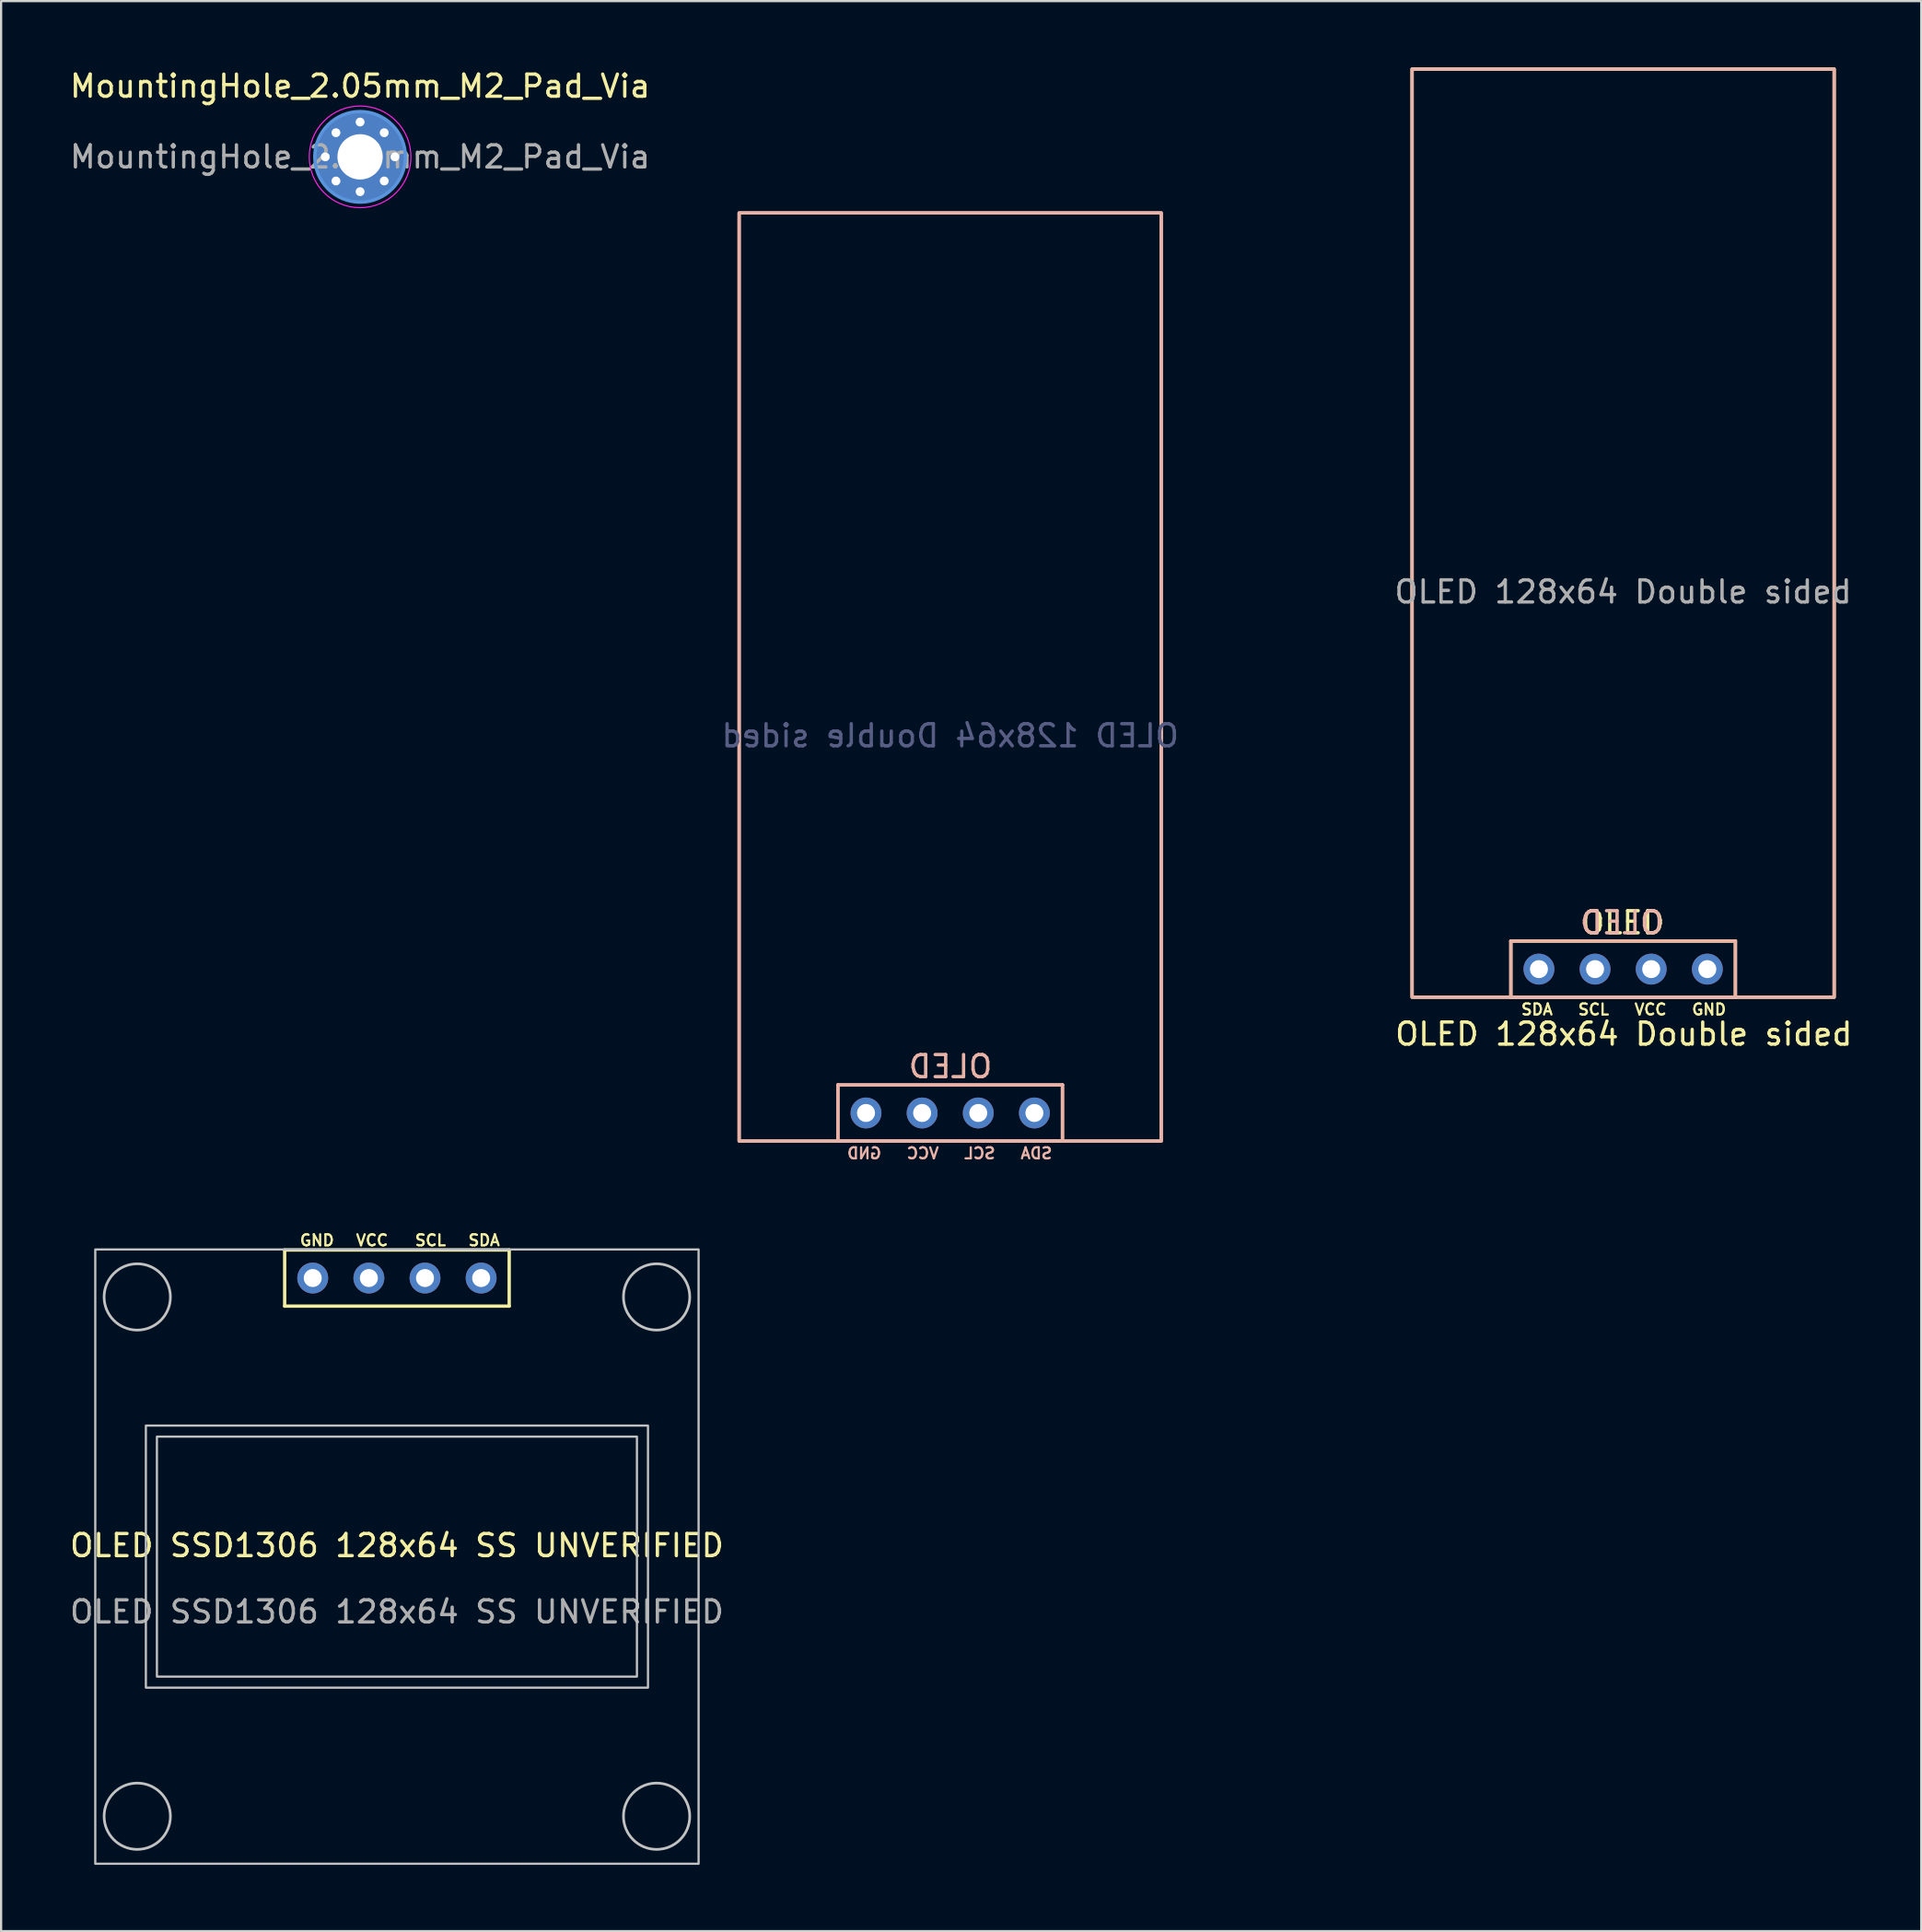
<source format=kicad_pcb>
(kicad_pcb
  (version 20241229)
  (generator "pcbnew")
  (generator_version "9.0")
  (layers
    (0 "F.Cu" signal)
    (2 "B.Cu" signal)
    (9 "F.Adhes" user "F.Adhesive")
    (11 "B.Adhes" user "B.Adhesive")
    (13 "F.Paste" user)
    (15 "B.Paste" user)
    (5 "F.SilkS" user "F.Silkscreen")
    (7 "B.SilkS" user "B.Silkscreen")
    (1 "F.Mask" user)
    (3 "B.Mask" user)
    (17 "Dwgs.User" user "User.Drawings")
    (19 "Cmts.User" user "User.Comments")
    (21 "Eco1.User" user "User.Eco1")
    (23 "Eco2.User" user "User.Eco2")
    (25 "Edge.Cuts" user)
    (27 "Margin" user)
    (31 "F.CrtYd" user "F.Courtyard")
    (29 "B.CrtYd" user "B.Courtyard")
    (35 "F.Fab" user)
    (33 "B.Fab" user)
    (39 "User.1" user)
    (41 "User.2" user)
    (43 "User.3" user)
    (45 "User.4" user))
  (footprint "OLED 128x64 Double sided"
    (layer "F.Cu")
    (at 70.396 35.084)
    (property "Reference" "OLED 128x64 Double sided" (at 0.03 8.66 0) (unlocked yes) (layer "F.SilkS") (effects (font (size 1 1) (thickness 0.15))))
    (attr through_hole)
    (fp_line (start -5.08 4.451) (end 5.08 4.451) (stroke (width 0.15) (type solid)) (layer "F.SilkS"))
    (fp_line (start -5.08 6.991) (end -5.08 4.451) (stroke (width 0.15) (type solid)) (layer "F.SilkS"))
    (fp_line (start -5.08 6.991) (end 5.08 6.991) (stroke (width 0.15) (type solid)) (layer "F.SilkS"))
    (fp_line (start 5.08 4.451) (end 5.08 6.991) (stroke (width 0.15) (type solid)) (layer "F.SilkS"))
    (fp_rect (start -9.55 -35.009) (end 9.55 6.991) (stroke (width 0.15) (type default)) (fill no) (layer "F.SilkS"))
    (fp_line (start -35.53 10.961) (end -35.53 13.501) (stroke (width 0.15) (type solid)) (layer "B.SilkS"))
    (fp_line (start -35.53 10.961) (end -35.53 13.501) (stroke (width 0.15) (type solid)) (layer "B.SilkS"))
    (fp_line (start -35.53 13.501) (end -25.37 13.501) (stroke (width 0.15) (type solid)) (layer "B.SilkS"))
    (fp_line (start -25.37 10.961) (end -35.53 10.961) (stroke (width 0.15) (type solid)) (layer "B.SilkS"))
    (fp_line (start -25.37 10.961) (end -35.53 10.961) (stroke (width 0.15) (type solid)) (layer "B.SilkS"))
    (fp_line (start -25.37 13.501) (end -35.53 13.501) (stroke (width 0.15) (type solid)) (layer "B.SilkS"))
    (fp_line (start -25.37 13.501) (end -25.37 10.961) (stroke (width 0.15) (type solid)) (layer "B.SilkS"))
    (fp_line (start -25.37 13.501) (end -25.37 10.961) (stroke (width 0.15) (type solid)) (layer "B.SilkS"))
    (fp_line (start -5.08 4.451) (end 5.08 4.451) (stroke (width 0.15) (type solid)) (layer "B.SilkS"))
    (fp_line (start -5.08 6.991) (end -5.08 4.451) (stroke (width 0.15) (type solid)) (layer "B.SilkS"))
    (fp_line (start 5.08 4.451) (end 5.08 6.991) (stroke (width 0.15) (type solid)) (layer "B.SilkS"))
    (fp_line (start 5.08 6.991) (end -5.08 6.991) (stroke (width 0.15) (type solid)) (layer "B.SilkS"))
    (fp_rect (start -40 -28.499) (end -20.9 13.501) (stroke (width 0.15) (type default)) (fill no) (layer "B.SilkS"))
    (fp_rect (start -20.9 -28.499) (end -40 13.501) (stroke (width 0.15) (type default)) (fill no) (layer "B.SilkS"))
    (fp_rect (start 9.55 -35.009) (end -9.55 6.991) (stroke (width 0.15) (type default)) (fill no) (layer "B.SilkS"))
    (fp_text user "GND" (at 3.06 7.84 0) (unlocked yes) (layer "F.SilkS") (effects (font (size 0.5 0.5) (thickness 0.1)) (justify left bottom)))
    (fp_text user "SDA" (at -4.668 7.84 0) (unlocked yes) (layer "F.SilkS") (effects (font (size 0.5 0.5) (thickness 0.1)) (justify left bottom)))
    (fp_text user "OLED" (at -0.01 3.621 0) (layer "F.SilkS") (effects (font (size 1 1) (thickness 0.15))))
    (fp_text user "SCL" (at -2.092 7.84 0) (unlocked yes) (layer "F.SilkS") (effects (font (size 0.5 0.5) (thickness 0.1)) (justify left bottom)))
    (fp_text user "VCC" (at 0.46 7.84 0) (unlocked yes) (layer "F.SilkS") (effects (font (size 0.5 0.5) (thickness 0.1)) (justify left bottom)))
    (fp_text user "VCC" (at -30.91 14.35 0) (unlocked yes) (layer "B.SilkS") (effects (font (size 0.5 0.5) (thickness 0.1)) (justify left bottom mirror)))
    (fp_text user "OLED" (at -30.44 10.131 0) (layer "B.SilkS") (effects (font (size 1 1) (thickness 0.15)) (justify mirror)))
    (fp_text user "GND" (at -33.51 14.35 0) (unlocked yes) (layer "B.SilkS") (effects (font (size 0.5 0.5) (thickness 0.1)) (justify left bottom mirror)))
    (fp_text user "SCL" (at -28.358 14.35 0) (unlocked yes) (layer "B.SilkS") (effects (font (size 0.5 0.5) (thickness 0.1)) (justify left bottom mirror)))
    (fp_text user "SDA" (at -25.782 14.35 0) (unlocked yes) (layer "B.SilkS") (effects (font (size 0.5 0.5) (thickness 0.1)) (justify left bottom mirror)))
    (fp_text user "OLED" (at -0.06 3.621 0) (layer "B.SilkS") (effects (font (size 1 1) (thickness 0.15)) (justify mirror)))
    (fp_text user "${REFERENCE}" (at -30.45 -4.84 0) (unlocked yes) (layer "B.Fab") (effects (font (size 1 1) (thickness 0.15)) (justify mirror)))
    (fp_text user "${REFERENCE}" (at 0 -11.35 0) (unlocked yes) (layer "F.Fab") (effects (font (size 1 1) (thickness 0.15))))
    (pad "1" thru_hole circle (at -26.64 12.231) (size 1.397 1.397) (drill 0.813) (layers "*.Cu" "*.Mask"))
    (pad "1" thru_hole circle (at -3.81 5.721) (size 1.397 1.397) (drill 0.813) (layers "*.Cu" "*.Mask"))
    (pad "2" thru_hole circle (at -29.18 12.231) (size 1.397 1.397) (drill 0.813) (layers "*.Cu" "*.Mask"))
    (pad "2" thru_hole circle (at -1.27 5.721) (size 1.397 1.397) (drill 0.813) (layers "*.Cu" "*.Mask"))
    (pad "3" thru_hole circle (at -31.72 12.231) (size 1.397 1.397) (drill 0.813) (layers "*.Cu" "*.Mask"))
    (pad "3" thru_hole circle (at 1.27 5.721) (size 1.397 1.397) (drill 0.813) (layers "*.Cu" "*.Mask"))
    (pad "4" thru_hole circle (at -34.26 12.231) (size 1.397 1.397) (drill 0.813) (layers "*.Cu" "*.Mask"))
    (pad "4" thru_hole circle (at 3.81 5.721) (size 1.397 1.397) (drill 0.813) (layers "*.Cu" "*.Mask")))
  (footprint "MountingHole_2.05mm_M2_Pad_Via"
    (layer "F.Cu")
    (at 13.244 4.048)
    (property "Reference" "MountingHole_2.05mm_M2_Pad_Via" (at 0 -3.2 0) (layer "F.SilkS") (effects (font (size 1 1) (thickness 0.15))))
    (attr exclude_from_pos_files exclude_from_bom)
    (fp_circle (center 0 0) (end 2.05 0) (stroke (width 0.15) (type solid)) (fill no) (layer "Cmts.User"))
    (fp_circle (center 0 0) (end 2.3 0) (stroke (width 0.05) (type solid)) (fill no) (layer "F.CrtYd"))
    (fp_text user "${REFERENCE}" (at 0 0 0) (layer "F.Fab") (effects (font (size 1 1) (thickness 0.15))))
    (pad "1" thru_hole circle (at -1.575 0) (size 0.7 0.7) (drill 0.4) (layers "*.Cu" "*.Mask"))
    (pad "1" thru_hole circle (at -1.092 -1.092) (size 0.7 0.7) (drill 0.4) (layers "*.Cu" "*.Mask"))
    (pad "1" thru_hole circle (at -1.092 1.092) (size 0.7 0.7) (drill 0.4) (layers "*.Cu" "*.Mask"))
    (pad "1" thru_hole circle (at 0 -1.575) (size 0.7 0.7) (drill 0.4) (layers "*.Cu" "*.Mask"))
    (pad "1" thru_hole circle (at 0 0) (size 4.1 4.1) (drill 2.05) (layers "*.Cu" "*.Mask"))
    (pad "1" thru_hole circle (at 0 1.575) (size 0.7 0.7) (drill 0.4) (layers "*.Cu" "*.Mask"))
    (pad "1" thru_hole circle (at 1.092 -1.092) (size 0.7 0.7) (drill 0.4) (layers "*.Cu" "*.Mask"))
    (pad "1" thru_hole circle (at 1.092 1.092) (size 0.7 0.7) (drill 0.4) (layers "*.Cu" "*.Mask"))
    (pad "1" thru_hole circle (at 1.575 0) (size 0.7 0.7) (drill 0.4) (layers "*.Cu" "*.Mask")))
  (footprint "OLED SSD1306 128x64 SS UNVERIFIED"
    (layer "F.Cu")
    (at 14.911 67.39)
    (property "Reference" "OLED SSD1306 128x64 SS UNVERIFIED" (at 0 -0.5 0) (unlocked yes) (layer "F.SilkS") (effects (font (size 1 1) (thickness 0.15))))
    (attr through_hole)
    (fp_line (start -5.08 -11.335) (end -5.08 -13.875) (stroke (width 0.15) (type solid)) (layer "F.SilkS"))
    (fp_line (start -5.08 -11.335) (end 5.08 -11.335) (stroke (width 0.15) (type solid)) (layer "F.SilkS"))
    (fp_line (start 5.08 -13.875) (end -5.08 -13.875) (stroke (width 0.15) (type solid)) (layer "F.SilkS"))
    (fp_line (start 5.08 -13.875) (end 5.08 -11.335) (stroke (width 0.15) (type solid)) (layer "F.SilkS"))
    (fp_rect (start -11.36 5.93) (end 11.36 -5.93) (stroke (width 0.1) (type solid)) (fill no) (layer "Dwgs.User"))
    (fp_rect (start -10.86 5.43) (end 10.86 -5.43) (stroke (width 0.1) (type solid)) (fill no) (layer "Dwgs.User"))
    (fp_rect (start 13.65 13.9) (end -13.65 -13.9) (stroke (width 0.1) (type solid)) (fill no) (layer "Dwgs.User"))
    (fp_circle (center -11.75 -11.75) (end -10.25 -11.75) (stroke (width 0.12) (type default)) (fill no) (layer "Dwgs.User"))
    (fp_circle (center -11.75 11.75) (end -10.25 11.75) (stroke (width 0.12) (type default)) (fill no) (layer "Dwgs.User"))
    (fp_circle (center 11.75 -11.75) (end 13.25 -11.75) (stroke (width 0.12) (type default)) (fill no) (layer "Dwgs.User"))
    (fp_circle (center 11.75 11.75) (end 13.25 11.75) (stroke (width 0.12) (type default)) (fill no) (layer "Dwgs.User"))
    (fp_text user "SCL" (at 0.762 -14.02 0) (unlocked yes) (layer "F.SilkS") (effects (font (size 0.5 0.5) (thickness 0.1)) (justify left bottom)))
    (fp_text user "GND" (at -4.445 -14.02 0) (unlocked yes) (layer "F.SilkS") (effects (font (size 0.5 0.5) (thickness 0.1)) (justify left bottom)))
    (fp_text user "VCC" (at -1.905 -14.02 0) (unlocked yes) (layer "F.SilkS") (effects (font (size 0.5 0.5) (thickness 0.1)) (justify left bottom)))
    (fp_text user "SDA" (at 3.175 -14.02 0) (unlocked yes) (layer "F.SilkS") (effects (font (size 0.5 0.5) (thickness 0.1)) (justify left bottom)))
    (fp_text user "${REFERENCE}" (at 0 2.5 0) (unlocked yes) (layer "F.Fab") (effects (font (size 1 1) (thickness 0.15))))
    (pad "1" thru_hole circle (at 3.81 -12.605) (size 1.397 1.397) (drill 0.813) (layers "*.Cu" "B.Mask"))
    (pad "2" thru_hole circle (at 1.27 -12.605) (size 1.397 1.397) (drill 0.813) (layers "*.Cu" "B.Mask"))
    (pad "3" thru_hole circle (at -1.27 -12.605) (size 1.397 1.397) (drill 0.813) (layers "*.Cu" "B.Mask"))
    (pad "4" thru_hole circle (at -3.81 -12.605) (size 1.397 1.397) (drill 0.813) (layers "*.Cu" "B.Mask")))
  (gr_rect
    (start -3 -3)
    (end 83.885 84.34)
    (stroke (width 0.1) (type default))
    (fill no)
    (layer "Edge.Cuts")))
</source>
